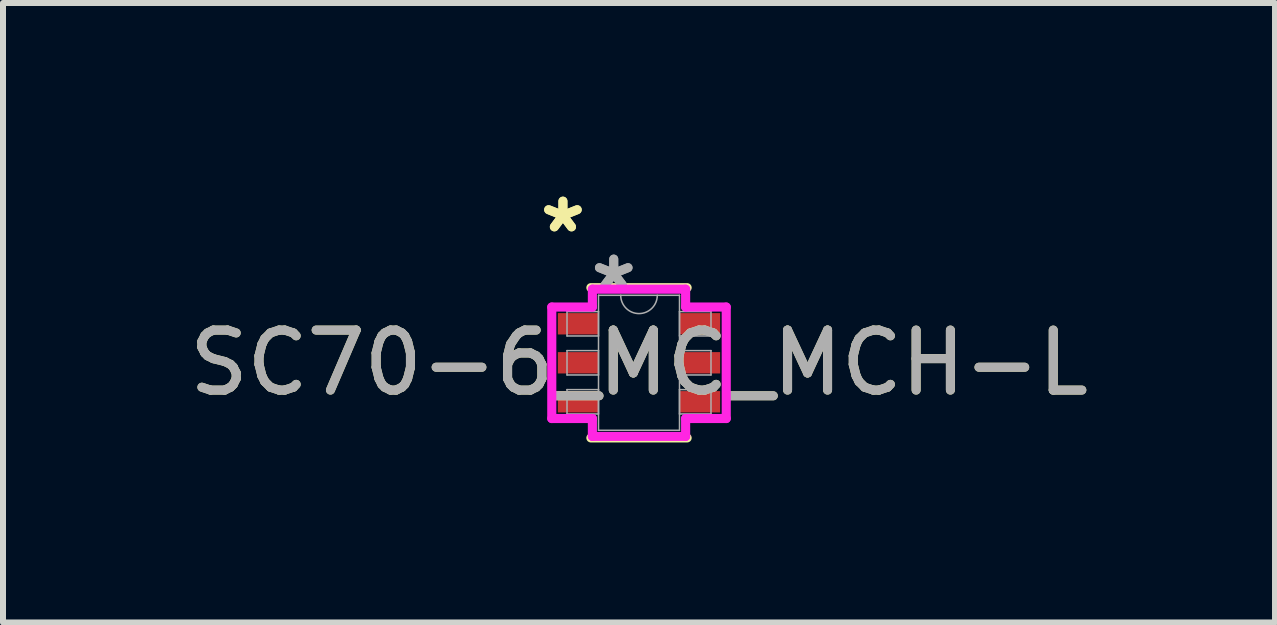
<source format=kicad_pcb>
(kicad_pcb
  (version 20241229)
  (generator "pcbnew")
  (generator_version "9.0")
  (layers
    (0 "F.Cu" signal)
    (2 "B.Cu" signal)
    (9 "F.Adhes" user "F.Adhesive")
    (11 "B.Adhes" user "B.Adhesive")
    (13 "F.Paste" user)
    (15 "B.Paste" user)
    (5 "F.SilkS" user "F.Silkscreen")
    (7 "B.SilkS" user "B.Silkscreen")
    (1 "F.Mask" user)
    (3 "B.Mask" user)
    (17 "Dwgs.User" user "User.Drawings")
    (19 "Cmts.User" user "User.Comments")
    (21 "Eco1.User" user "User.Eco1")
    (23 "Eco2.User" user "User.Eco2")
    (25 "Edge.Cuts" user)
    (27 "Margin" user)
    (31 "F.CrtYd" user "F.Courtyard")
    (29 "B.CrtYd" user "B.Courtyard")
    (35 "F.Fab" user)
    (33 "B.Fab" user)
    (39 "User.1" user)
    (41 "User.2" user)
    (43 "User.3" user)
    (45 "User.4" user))
  (footprint "SC70-6_MC_MCH-L"
    (layer "F.Cu")
    (at 7.601 2.997)
    (property "Reference" "SC70-6_MC_MCH-L" (at 0 0 0) (unlocked yes) (layer "F.SilkS") (effects (font (size 1 1) (thickness 0.15))))
    (attr smd)
    (fp_line (start -0.802 1.252) (end 0.802 1.252) (stroke (width 0.152) (type solid)) (layer "F.SilkS"))
    (fp_line (start 0.802 -1.252) (end -0.802 -1.252) (stroke (width 0.152) (type solid)) (layer "F.SilkS"))
    (fp_line (start -1.454 -0.929) (end -0.777 -0.929) (stroke (width 0.152) (type solid)) (layer "F.CrtYd"))
    (fp_line (start -1.454 0.929) (end -1.454 -0.929) (stroke (width 0.152) (type solid)) (layer "F.CrtYd"))
    (fp_line (start -0.777 -1.227) (end 0.777 -1.227) (stroke (width 0.152) (type solid)) (layer "F.CrtYd"))
    (fp_line (start -0.777 -0.929) (end -0.777 -1.227) (stroke (width 0.152) (type solid)) (layer "F.CrtYd"))
    (fp_line (start -0.777 0.929) (end -1.454 0.929) (stroke (width 0.152) (type solid)) (layer "F.CrtYd"))
    (fp_line (start -0.777 1.227) (end -0.777 0.929) (stroke (width 0.152) (type solid)) (layer "F.CrtYd"))
    (fp_line (start 0.777 -1.227) (end 0.777 -0.929) (stroke (width 0.152) (type solid)) (layer "F.CrtYd"))
    (fp_line (start 0.777 -0.929) (end 1.454 -0.929) (stroke (width 0.152) (type solid)) (layer "F.CrtYd"))
    (fp_line (start 0.777 0.929) (end 0.777 1.227) (stroke (width 0.152) (type solid)) (layer "F.CrtYd"))
    (fp_line (start 0.777 1.227) (end -0.777 1.227) (stroke (width 0.152) (type solid)) (layer "F.CrtYd"))
    (fp_line (start 1.454 -0.929) (end 1.454 0.929) (stroke (width 0.152) (type solid)) (layer "F.CrtYd"))
    (fp_line (start 1.454 0.929) (end 0.777 0.929) (stroke (width 0.152) (type solid)) (layer "F.CrtYd"))
    (fp_line (start -1.2 -0.853) (end -1.2 -0.447) (stroke (width 0.025) (type solid)) (layer "F.Fab"))
    (fp_line (start -1.2 -0.447) (end -0.675 -0.447) (stroke (width 0.025) (type solid)) (layer "F.Fab"))
    (fp_line (start -1.2 -0.203) (end -1.2 0.203) (stroke (width 0.025) (type solid)) (layer "F.Fab"))
    (fp_line (start -1.2 0.203) (end -0.675 0.203) (stroke (width 0.025) (type solid)) (layer "F.Fab"))
    (fp_line (start -1.2 0.447) (end -1.2 0.853) (stroke (width 0.025) (type solid)) (layer "F.Fab"))
    (fp_line (start -1.2 0.853) (end -0.675 0.853) (stroke (width 0.025) (type solid)) (layer "F.Fab"))
    (fp_line (start -0.675 -1.125) (end -0.675 1.125) (stroke (width 0.025) (type solid)) (layer "F.Fab"))
    (fp_line (start -0.675 -0.853) (end -1.2 -0.853) (stroke (width 0.025) (type solid)) (layer "F.Fab"))
    (fp_line (start -0.675 -0.447) (end -0.675 -0.853) (stroke (width 0.025) (type solid)) (layer "F.Fab"))
    (fp_line (start -0.675 -0.203) (end -1.2 -0.203) (stroke (width 0.025) (type solid)) (layer "F.Fab"))
    (fp_line (start -0.675 0.203) (end -0.675 -0.203) (stroke (width 0.025) (type solid)) (layer "F.Fab"))
    (fp_line (start -0.675 0.447) (end -1.2 0.447) (stroke (width 0.025) (type solid)) (layer "F.Fab"))
    (fp_line (start -0.675 0.853) (end -0.675 0.447) (stroke (width 0.025) (type solid)) (layer "F.Fab"))
    (fp_line (start -0.675 1.125) (end 0.675 1.125) (stroke (width 0.025) (type solid)) (layer "F.Fab"))
    (fp_line (start 0.675 -1.125) (end -0.675 -1.125) (stroke (width 0.025) (type solid)) (layer "F.Fab"))
    (fp_line (start 0.675 -0.853) (end 0.675 -0.447) (stroke (width 0.025) (type solid)) (layer "F.Fab"))
    (fp_line (start 0.675 -0.447) (end 1.2 -0.447) (stroke (width 0.025) (type solid)) (layer "F.Fab"))
    (fp_line (start 0.675 -0.203) (end 0.675 0.203) (stroke (width 0.025) (type solid)) (layer "F.Fab"))
    (fp_line (start 0.675 0.203) (end 1.2 0.203) (stroke (width 0.025) (type solid)) (layer "F.Fab"))
    (fp_line (start 0.675 0.447) (end 0.675 0.853) (stroke (width 0.025) (type solid)) (layer "F.Fab"))
    (fp_line (start 0.675 0.853) (end 1.2 0.853) (stroke (width 0.025) (type solid)) (layer "F.Fab"))
    (fp_line (start 0.675 1.125) (end 0.675 -1.125) (stroke (width 0.025) (type solid)) (layer "F.Fab"))
    (fp_line (start 1.2 -0.853) (end 0.675 -0.853) (stroke (width 0.025) (type solid)) (layer "F.Fab"))
    (fp_line (start 1.2 -0.447) (end 1.2 -0.853) (stroke (width 0.025) (type solid)) (layer "F.Fab"))
    (fp_line (start 1.2 -0.203) (end 0.675 -0.203) (stroke (width 0.025) (type solid)) (layer "F.Fab"))
    (fp_line (start 1.2 0.203) (end 1.2 -0.203) (stroke (width 0.025) (type solid)) (layer "F.Fab"))
    (fp_line (start 1.2 0.447) (end 0.675 0.447) (stroke (width 0.025) (type solid)) (layer "F.Fab"))
    (fp_line (start 1.2 0.853) (end 1.2 0.447) (stroke (width 0.025) (type solid)) (layer "F.Fab"))
    (fp_arc (start 0.3048 -1.125) (mid 0 -0.8202) (end -0.3048 -1.125) (stroke (width 0.0254) (type solid)) (layer "F.Fab"))
    (fp_text user "*" (at -1.268 -2.149 0) (layer "F.SilkS") (effects (font (size 1 1) (thickness 0.15))))
    (fp_text user "*" (at -1.268 -2.149 0) (unlocked yes) (layer "F.SilkS") (effects (font (size 1 1) (thickness 0.15))))
    (fp_text user "${REFERENCE}" (at 0 0 0) (unlocked yes) (layer "F.Fab") (effects (font (size 1 1) (thickness 0.15))))
    (fp_text user "*" (at -0.421 -1.183 0) (layer "F.Fab") (effects (font (size 1 1) (thickness 0.15))))
    (fp_text user "*" (at -0.421 -1.183 0) (unlocked yes) (layer "F.Fab") (effects (font (size 1 1) (thickness 0.15))))
    (pad "1" smd rect (at -1.014 -0.65) (size 0.677 0.356) (layers "F.Cu" "F.Mask" "F.Paste"))
    (pad "2" smd rect (at -1.014 0) (size 0.677 0.356) (layers "F.Cu" "F.Mask" "F.Paste"))
    (pad "3" smd rect (at -1.014 0.65) (size 0.677 0.356) (layers "F.Cu" "F.Mask" "F.Paste"))
    (pad "4" smd rect (at 1.014 0.65) (size 0.677 0.356) (layers "F.Cu" "F.Mask" "F.Paste"))
    (pad "5" smd rect (at 1.014 0) (size 0.677 0.356) (layers "F.Cu" "F.Mask" "F.Paste"))
    (pad "6" smd rect (at 1.014 -0.65) (size 0.677 0.356) (layers "F.Cu" "F.Mask" "F.Paste")))
  (gr_rect
    (start -3 -3)
    (end 18.202 7.325)
    (stroke (width 0.1) (type default))
    (fill no)
    (layer "Edge.Cuts")))
</source>
